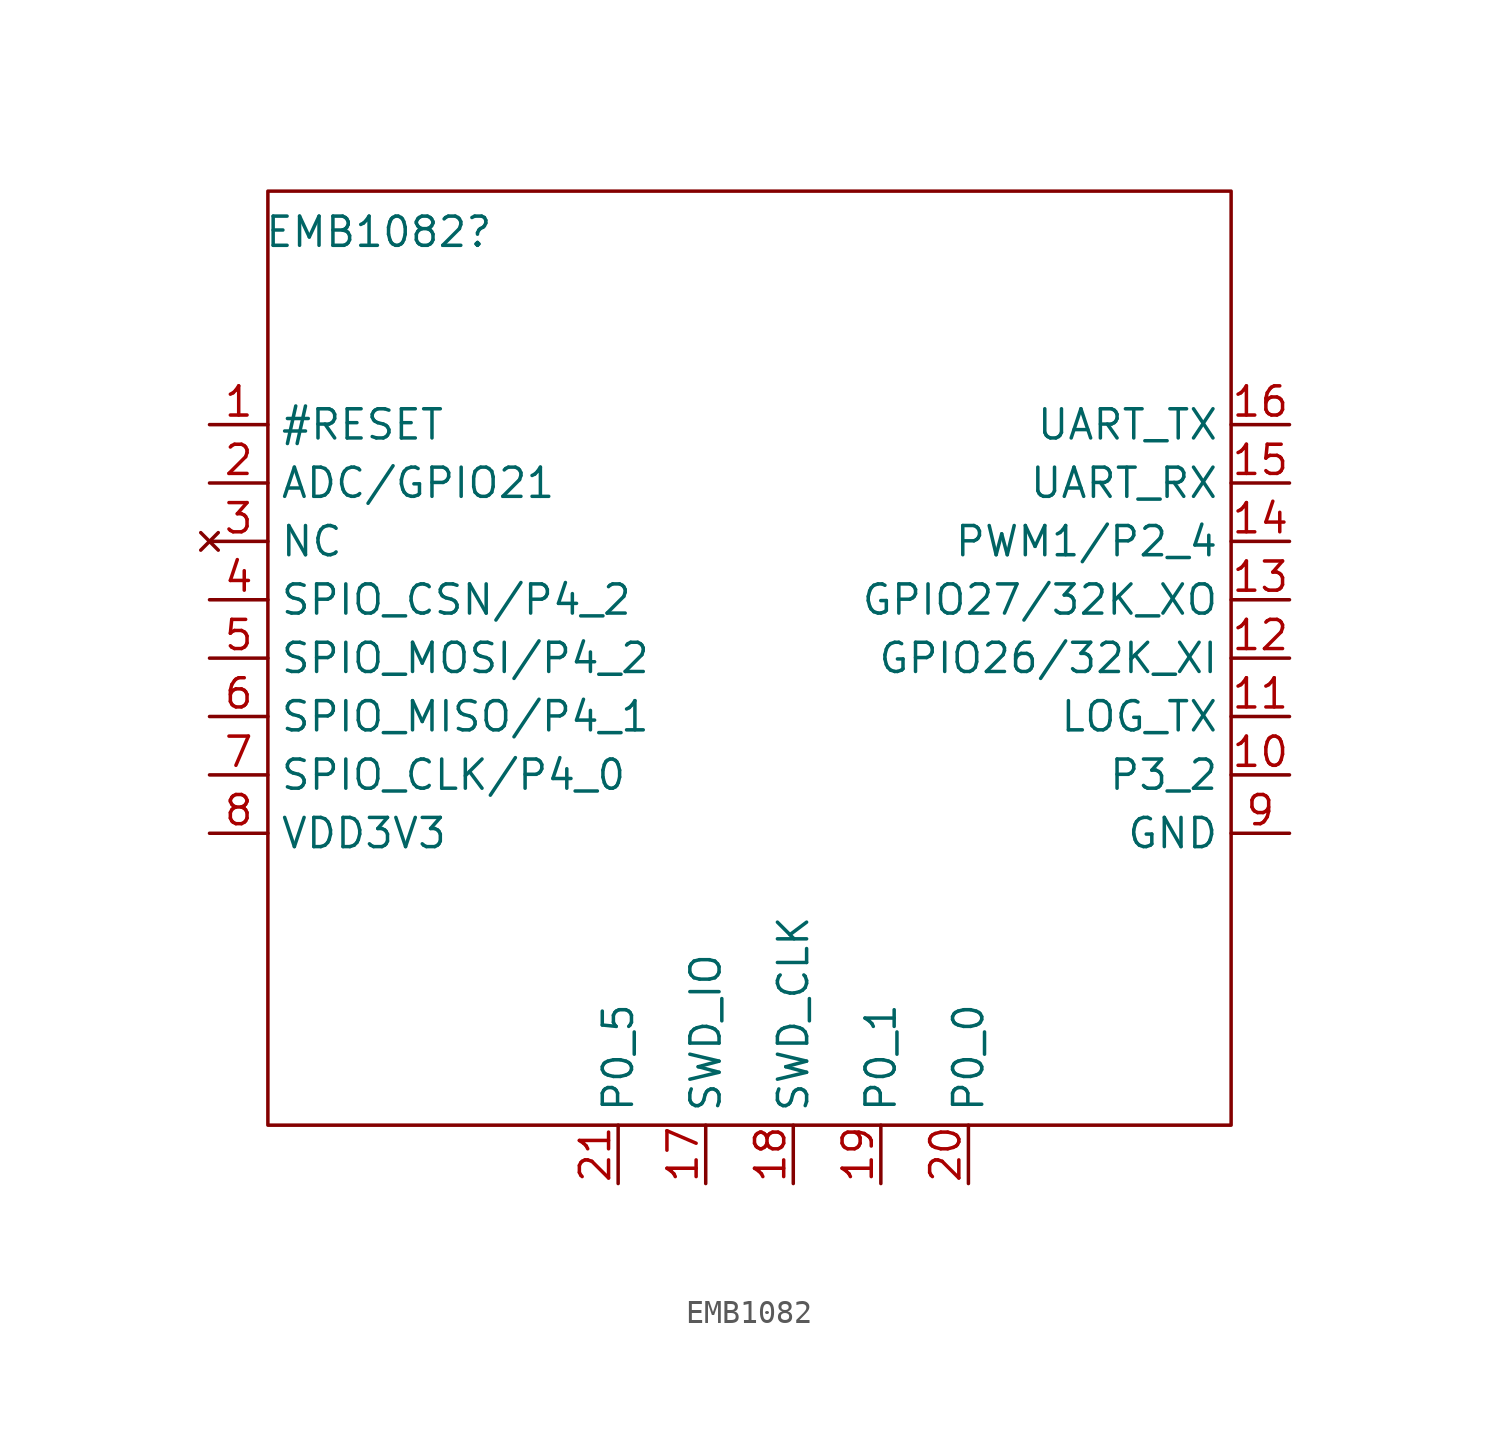
<source format=kicad_sym>
(kicad_symbol_lib
  (version 20231120)
  (generator "kicad_symbol_editor")
  (generator_version "8.0")
  (symbol "EMB1082"
    (property "Reference" "EMB1082"
      (at -18.034 21.082 0)
      (effects (font (size 1.27 1.27))))
    (property "Value" ""
      (at 0 0 0)
      (effects (font (size 1.27 1.27))))
    (symbol "EMB1082_1_1"
      (rectangle (start -22.86 22.86) (end 19.05 -17.78) (stroke (width 0) (type default)) (fill (type none)))
      (pin input line (at -25.4 12.7 0) (length 2.54) (name "#RESET" (effects (font (size 1.27 1.27)))) (number "1" (effects (font (size 1.27 1.27)))))
      (pin input line (at 21.59 -2.54 180) (length 2.54) (name "P3_2" (effects (font (size 1.27 1.27)))) (number "10" (effects (font (size 1.27 1.27)))))
      (pin input line (at 21.59 0 180) (length 2.54) (name "LOG_TX" (effects (font (size 1.27 1.27)))) (number "11" (effects (font (size 1.27 1.27)))))
      (pin input line (at 21.59 2.54 180) (length 2.54) (name "GPIO26/32K_XI" (effects (font (size 1.27 1.27)))) (number "12" (effects (font (size 1.27 1.27)))))
      (pin input line (at 21.59 5.08 180) (length 2.54) (name "GPIO27/32K_XO" (effects (font (size 1.27 1.27)))) (number "13" (effects (font (size 1.27 1.27)))))
      (pin input line (at 21.59 7.62 180) (length 2.54) (name "PWM1/P2_4" (effects (font (size 1.27 1.27)))) (number "14" (effects (font (size 1.27 1.27)))))
      (pin input line (at 21.59 10.16 180) (length 2.54) (name "UART_RX" (effects (font (size 1.27 1.27)))) (number "15" (effects (font (size 1.27 1.27)))))
      (pin input line (at 21.59 12.7 180) (length 2.54) (name "UART_TX" (effects (font (size 1.27 1.27)))) (number "16" (effects (font (size 1.27 1.27)))))
      (pin input line (at -3.81 -20.32 90) (length 2.54) (name "SWD_IO" (effects (font (size 1.27 1.27)))) (number "17" (effects (font (size 1.27 1.27)))))
      (pin input line (at 0 -20.32 90) (length 2.54) (name "SWD_CLK" (effects (font (size 1.27 1.27)))) (number "18" (effects (font (size 1.27 1.27)))))
      (pin input line (at 3.81 -20.32 90) (length 2.54) (name "P0_1" (effects (font (size 1.27 1.27)))) (number "19" (effects (font (size 1.27 1.27)))))
      (pin input line (at -25.4 10.16 0) (length 2.54) (name "ADC/GPIO21" (effects (font (size 1.27 1.27)))) (number "2" (effects (font (size 1.27 1.27)))))
      (pin input line (at 7.62 -20.32 90) (length 2.54) (name "P0_0" (effects (font (size 1.27 1.27)))) (number "20" (effects (font (size 1.27 1.27)))))
      (pin input line (at -7.62 -20.32 90) (length 2.54) (name "P0_5" (effects (font (size 1.27 1.27)))) (number "21" (effects (font (size 1.27 1.27)))))
      (pin no_connect line (at -25.4 7.62 0) (length 2.54) (name "NC" (effects (font (size 1.27 1.27)))) (number "3" (effects (font (size 1.27 1.27)))))
      (pin input line (at -25.4 5.08 0) (length 2.54) (name "SPIO_CSN/P4_2" (effects (font (size 1.27 1.27)))) (number "4" (effects (font (size 1.27 1.27)))))
      (pin input line (at -25.4 2.54 0) (length 2.54) (name "SPIO_MOSI/P4_2" (effects (font (size 1.27 1.27)))) (number "5" (effects (font (size 1.27 1.27)))))
      (pin input line (at -25.4 0 0) (length 2.54) (name "SPIO_MISO/P4_1" (effects (font (size 1.27 1.27)))) (number "6" (effects (font (size 1.27 1.27)))))
      (pin input line (at -25.4 -2.54 0) (length 2.54) (name "SPIO_CLK/P4_0" (effects (font (size 1.27 1.27)))) (number "7" (effects (font (size 1.27 1.27)))))
      (pin input line (at -25.4 -5.08 0) (length 2.54) (name "VDD3V3" (effects (font (size 1.27 1.27)))) (number "8" (effects (font (size 1.27 1.27)))))
      (pin input line (at 21.59 -5.08 180) (length 2.54) (name "GND" (effects (font (size 1.27 1.27)))) (number "9" (effects (font (size 1.27 1.27))))))))
</source>
